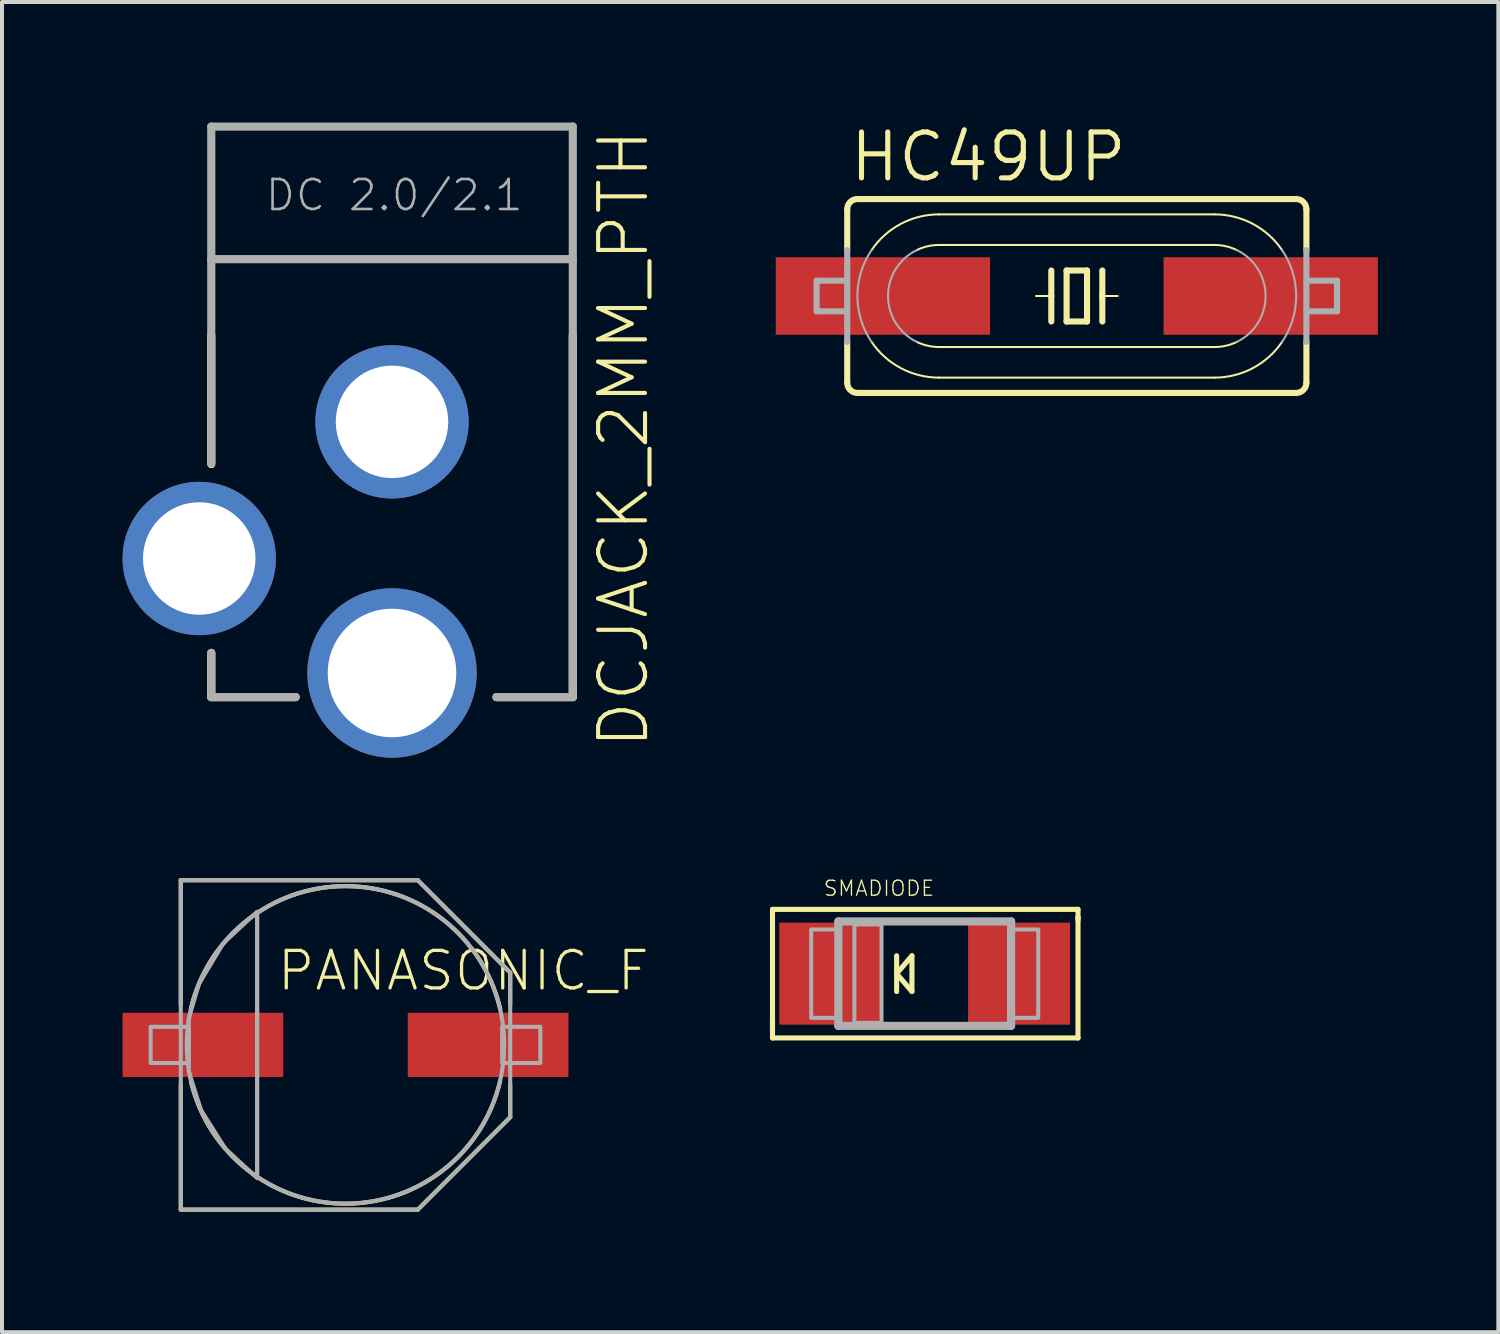
<source format=kicad_pcb>
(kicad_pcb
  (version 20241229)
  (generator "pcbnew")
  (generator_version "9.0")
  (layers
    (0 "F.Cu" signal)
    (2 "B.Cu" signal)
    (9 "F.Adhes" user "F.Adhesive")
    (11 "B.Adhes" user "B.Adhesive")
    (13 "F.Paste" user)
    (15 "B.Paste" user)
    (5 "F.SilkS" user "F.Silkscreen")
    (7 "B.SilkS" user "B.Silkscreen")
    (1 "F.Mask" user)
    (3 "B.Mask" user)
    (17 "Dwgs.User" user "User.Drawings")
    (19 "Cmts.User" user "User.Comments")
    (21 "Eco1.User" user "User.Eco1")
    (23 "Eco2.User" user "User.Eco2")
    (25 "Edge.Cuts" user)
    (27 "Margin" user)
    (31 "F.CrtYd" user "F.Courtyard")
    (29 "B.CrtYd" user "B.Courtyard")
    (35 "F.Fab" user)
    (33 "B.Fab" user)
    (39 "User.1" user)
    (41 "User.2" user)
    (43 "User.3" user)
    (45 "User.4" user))
  (footprint "DCJACK_2MM_PTH"
    (layer "F.Cu")
    (at 2.2 14.262)
    (property "Reference" "DCJACK_2MM_PTH" (at 9.588 -14.161 90) (unlocked yes) (layer "F.SilkS") (effects (font (size 1.168 1.168) (thickness 0.102)) (justify right top)))
    (fp_line (start 0.009 -8.956) (end 0.009 -5.761) (stroke (width 0.203) (type solid)) (layer "F.SilkS"))
    (fp_line (start 0.009 0.04) (end 0.009 -1.06) (stroke (width 0.203) (type solid)) (layer "F.SilkS"))
    (fp_line (start 0.009 0.04) (end 2.108 0.04) (stroke (width 0.203) (type solid)) (layer "F.SilkS"))
    (fp_line (start 9.008 -8.956) (end 9.008 0.04) (stroke (width 0.203) (type solid)) (layer "F.SilkS"))
    (fp_line (start 9.008 0.04) (end 7.109 0.04) (stroke (width 0.203) (type solid)) (layer "F.SilkS"))
    (fp_line (start 0.009 -14.161) (end 0.009 -10.861) (stroke (width 0.203) (type solid)) (layer "F.Fab"))
    (fp_line (start 0.009 -14.161) (end 9.008 -14.161) (stroke (width 0.203) (type solid)) (layer "F.Fab"))
    (fp_line (start 0.009 -10.861) (end 0.009 -5.78) (stroke (width 0.203) (type solid)) (layer "F.Fab"))
    (fp_line (start 0.009 0.04) (end 0.009 -1.06) (stroke (width 0.203) (type solid)) (layer "F.Fab"))
    (fp_line (start 0.009 0.04) (end 2.108 0.04) (stroke (width 0.203) (type solid)) (layer "F.Fab"))
    (fp_line (start 9.008 -10.861) (end 0.009 -10.861) (stroke (width 0.203) (type solid)) (layer "F.Fab"))
    (fp_line (start 9.008 -10.861) (end 9.008 -14.161) (stroke (width 0.203) (type solid)) (layer "F.Fab"))
    (fp_line (start 9.008 -0.066) (end 9.008 -10.861) (stroke (width 0.203) (type solid)) (layer "F.Fab"))
    (fp_line (start 9.008 0.04) (end 7.109 0.04) (stroke (width 0.203) (type solid)) (layer "F.Fab"))
    (fp_text user "DC 2.0/2.1" (at 7.811 -12.89 0) (layer "F.Fab") (effects (font (size 0.748 0.748) (thickness 0.065)) (justify right top)))
    (pad "GND" thru_hole circle (at 4.508 -6.811 180) (size 3.816 3.816) (drill 2.8) (layers "*.Cu" "*.Mask"))
    (pad "GNDBREAK" thru_hole circle (at -0.291 -3.41 270) (size 3.816 3.816) (drill 2.8) (layers "*.Cu" "*.Mask"))
    (pad "PWR" thru_hole circle (at 4.508 -0.56 180) (size 4.216 4.216) (drill 3.2) (layers "*.Cu" "*.Mask")))
  (footprint "SMADIODE"
    (layer "F.Cu")
    (at 19.968 21.186)
    (property "Reference" "SMADIODE" (at -2.54 -1.905 0) (unlocked yes) (layer "F.SilkS") (effects (font (size 0.374 0.374) (thickness 0.033)) (justify left bottom)))
    (fp_line (start -3.789 -1.6) (end 3.816 -1.6) (stroke (width 0.127) (type solid)) (layer "F.SilkS"))
    (fp_line (start -3.789 1.146) (end -3.789 -1.6) (stroke (width 0.127) (type solid)) (layer "F.SilkS"))
    (fp_line (start -3.789 1.394) (end -3.789 1.146) (stroke (width 0.127) (type solid)) (layer "F.SilkS"))
    (fp_line (start -3.789 1.6) (end -3.789 1.146) (stroke (width 0.127) (type solid)) (layer "F.SilkS"))
    (fp_line (start -0.699 0) (end -0.318 0.445) (stroke (width 0.127) (type solid)) (layer "F.SilkS"))
    (fp_line (start -0.699 0.445) (end -0.699 -0.445) (stroke (width 0.127) (type solid)) (layer "F.SilkS"))
    (fp_line (start -0.318 -0.445) (end -0.699 0) (stroke (width 0.127) (type solid)) (layer "F.SilkS"))
    (fp_line (start -0.318 0.445) (end -0.318 -0.445) (stroke (width 0.127) (type solid)) (layer "F.SilkS"))
    (fp_line (start 3.816 -1.6) (end 3.816 -1.394) (stroke (width 0.127) (type solid)) (layer "F.SilkS"))
    (fp_line (start 3.816 -1.394) (end 3.816 -1.337) (stroke (width 0.127) (type solid)) (layer "F.SilkS"))
    (fp_line (start 3.816 -1.394) (end 3.816 1.6) (stroke (width 0.127) (type solid)) (layer "F.SilkS"))
    (fp_line (start 3.816 1.6) (end -3.789 1.6) (stroke (width 0.127) (type solid)) (layer "F.SilkS"))
    (fp_line (start -2.15 -1.3) (end 2.15 -1.3) (stroke (width 0.203) (type solid)) (layer "F.Fab"))
    (fp_line (start -2.15 1.3) (end -2.15 -1.3) (stroke (width 0.203) (type solid)) (layer "F.Fab"))
    (fp_line (start 2.15 -1.3) (end 2.15 1.3) (stroke (width 0.203) (type solid)) (layer "F.Fab"))
    (fp_line (start 2.15 1.3) (end -2.15 1.3) (stroke (width 0.203) (type solid)) (layer "F.Fab"))
    (fp_poly (pts (xy -2.825 1.1) (xy -2.175 1.1) (xy -2.175 -1.1) (xy -2.825 -1.1)) (stroke (width 0.1) (type default)) (fill no) (layer "F.Fab"))
    (fp_poly (pts (xy -1.75 1.225) (xy -1.075 1.225) (xy -1.075 -1.225) (xy -1.75 -1.225)) (stroke (width 0.1) (type default)) (fill no) (layer "F.Fab"))
    (fp_poly (pts (xy 2.825 -1.1) (xy 2.175 -1.1) (xy 2.175 1.1) (xy 2.825 1.1)) (stroke (width 0.1) (type default)) (fill no) (layer "F.Fab"))
    (pad "A" smd rect (at 2.349 0 180) (size 2.54 2.54) (layers "F.Cu" "F.Mask" "F.Paste"))
    (pad "C" smd rect (at -2.349 0) (size 2.54 2.54) (layers "F.Cu" "F.Mask" "F.Paste")))
  (footprint "PANASONIC_F"
    (layer "F.Cu")
    (at 5.55 22.96)
    (property "Reference" "PANASONIC_F" (at -1.75 -1.3 0) (unlocked yes) (layer "F.SilkS") (effects (font (size 0.935 0.935) (thickness 0.081)) (justify left bottom)))
    (fp_line (start -4.1 -4.1) (end 1.8 -4.1) (stroke (width 0.102) (type solid)) (layer "F.SilkS"))
    (fp_line (start -4.1 -1) (end -4.1 -4.1) (stroke (width 0.102) (type solid)) (layer "F.SilkS"))
    (fp_line (start -4.1 4.1) (end -4.1 1) (stroke (width 0.102) (type solid)) (layer "F.SilkS"))
    (fp_line (start 1.8 -4.1) (end 4.1 -1.8) (stroke (width 0.102) (type solid)) (layer "F.SilkS"))
    (fp_line (start 1.8 4.1) (end -4.1 4.1) (stroke (width 0.102) (type solid)) (layer "F.SilkS"))
    (fp_line (start 4.1 -1.8) (end 4.1 -1) (stroke (width 0.102) (type solid)) (layer "F.SilkS"))
    (fp_line (start 4.1 1) (end 4.1 1.8) (stroke (width 0.102) (type solid)) (layer "F.SilkS"))
    (fp_line (start 4.1 1.8) (end 1.8 4.1) (stroke (width 0.102) (type solid)) (layer "F.SilkS"))
    (fp_arc (start -3.85 -0.9) (mid 0 -3.953796) (end 3.85 -0.9) (stroke (width 0.1016) (type solid)) (layer "F.SilkS"))
    (fp_arc (start 3.85 0.9) (mid 0 3.953796) (end -3.85 0.9) (stroke (width 0.1016) (type solid)) (layer "F.SilkS"))
    (fp_line (start -4.1 -4.1) (end 1.8 -4.1) (stroke (width 0.102) (type solid)) (layer "F.Fab"))
    (fp_line (start -4.1 4.1) (end -4.1 -4.1) (stroke (width 0.102) (type solid)) (layer "F.Fab"))
    (fp_line (start -2.2 -3.25) (end -2.2 3.25) (stroke (width 0.102) (type solid)) (layer "F.Fab"))
    (fp_line (start 1.8 -4.1) (end 4.1 -1.8) (stroke (width 0.102) (type solid)) (layer "F.Fab"))
    (fp_line (start 1.8 4.1) (end -4.1 4.1) (stroke (width 0.102) (type solid)) (layer "F.Fab"))
    (fp_line (start 4.1 -1.8) (end 4.1 1.8) (stroke (width 0.102) (type solid)) (layer "F.Fab"))
    (fp_line (start 4.1 1.8) (end 1.8 4.1) (stroke (width 0.102) (type solid)) (layer "F.Fab"))
    (fp_circle (center 0 0) (end 3.95 0) (stroke (width 0.102) (type solid)) (fill no) (layer "F.Fab"))
    (fp_circle (center 0 0) (end 4 0) (stroke (width 0.001) (type solid)) (fill no) (layer "F.Fab"))
    (fp_poly (pts (xy -4.85 0.45) (xy -3.9 0.45) (xy -3.9 -0.45) (xy -4.85 -0.45)) (stroke (width 0.1) (type default)) (fill no) (layer "F.Fab"))
    (fp_poly (pts (xy 3.9 0.45) (xy 4.85 0.45) (xy 4.85 -0.45) (xy 3.9 -0.45)) (stroke (width 0.1) (type default)) (fill no) (layer "F.Fab"))
    (fp_poly (pts (xy -2.199 3.316) (xy -2.989 2.583) (xy -3.596 1.622) (xy -3.901 0.658) (xy -3.901 -0.657) (xy -3.647 -1.521) (xy -3.04 -2.532) (xy -2.199 -3.317)) (stroke (width 0.1) (type default)) (fill no) (layer "F.Fab"))
    (pad "+" smd rect (at 3.55 0) (size 4 1.6) (layers "F.Cu" "F.Mask" "F.Paste"))
    (pad "-" smd rect (at -3.55 0) (size 4 1.6) (layers "F.Cu" "F.Mask" "F.Paste")))
  (footprint "HC49UP"
    (layer "F.Cu")
    (at 23.754 4.318)
    (property "Reference" "HC49UP" (at -5.715 -2.794 0) (unlocked yes) (layer "F.SilkS") (effects (font (size 1.143 1.143) (thickness 0.127)) (justify left bottom)))
    (fp_line (start -5.715 -1.143) (end -5.715 -2.159) (stroke (width 0.152) (type solid)) (layer "F.SilkS"))
    (fp_line (start -5.715 2.159) (end -5.715 1.143) (stroke (width 0.152) (type solid)) (layer "F.SilkS"))
    (fp_line (start -3.429 -2.032) (end 3.429 -2.032) (stroke (width 0.051) (type solid)) (layer "F.SilkS"))
    (fp_line (start -3.429 -1.27) (end 3.429 -1.27) (stroke (width 0.051) (type solid)) (layer "F.SilkS"))
    (fp_line (start -0.635 -0.635) (end -0.635 0) (stroke (width 0.152) (type solid)) (layer "F.SilkS"))
    (fp_line (start -0.635 0) (end -1.016 0) (stroke (width 0.051) (type solid)) (layer "F.SilkS"))
    (fp_line (start -0.635 0) (end -0.635 0.635) (stroke (width 0.152) (type solid)) (layer "F.SilkS"))
    (fp_line (start -0.254 -0.635) (end -0.254 0.635) (stroke (width 0.152) (type solid)) (layer "F.SilkS"))
    (fp_line (start -0.254 0.635) (end 0.254 0.635) (stroke (width 0.152) (type solid)) (layer "F.SilkS"))
    (fp_line (start 0.254 -0.635) (end -0.254 -0.635) (stroke (width 0.152) (type solid)) (layer "F.SilkS"))
    (fp_line (start 0.254 0.635) (end 0.254 -0.635) (stroke (width 0.152) (type solid)) (layer "F.SilkS"))
    (fp_line (start 0.635 -0.635) (end 0.635 0) (stroke (width 0.152) (type solid)) (layer "F.SilkS"))
    (fp_line (start 0.635 0) (end 0.635 0.635) (stroke (width 0.152) (type solid)) (layer "F.SilkS"))
    (fp_line (start 0.635 0) (end 1.016 0) (stroke (width 0.051) (type solid)) (layer "F.SilkS"))
    (fp_line (start 3.429 1.27) (end -3.429 1.27) (stroke (width 0.051) (type solid)) (layer "F.SilkS"))
    (fp_line (start 3.429 2.032) (end -3.429 2.032) (stroke (width 0.051) (type solid)) (layer "F.SilkS"))
    (fp_line (start 5.461 -2.413) (end -5.461 -2.413) (stroke (width 0.152) (type solid)) (layer "F.SilkS"))
    (fp_line (start 5.461 2.413) (end -5.461 2.413) (stroke (width 0.152) (type solid)) (layer "F.SilkS"))
    (fp_line (start 5.715 -1.143) (end 5.715 -2.159) (stroke (width 0.152) (type solid)) (layer "F.SilkS"))
    (fp_line (start 5.715 2.159) (end 5.715 1.143) (stroke (width 0.152) (type solid)) (layer "F.SilkS"))
    (fp_arc (start -5.715 -2.159) (mid -5.640605 -2.338605) (end -5.461 -2.413) (stroke (width 0.1524) (type solid)) (layer "F.SilkS"))
    (fp_arc (start -5.461 2.413) (mid -5.640605 2.338605) (end -5.715 2.159) (stroke (width 0.1524) (type solid)) (layer "F.SilkS"))
    (fp_arc (start -5.1091 -1.143) (mid -4.379417 -1.796107) (end -3.429 -2.032101) (stroke (width 0.0508) (type solid)) (layer "F.SilkS"))
    (fp_arc (start -3.9826 -1.143) (mid -3.712991 -1.237845) (end -3.429 -1.27) (stroke (width 0.0508) (type solid)) (layer "F.SilkS"))
    (fp_arc (start -3.429 1.27) (mid -3.712991 1.237845) (end -3.9826 1.143) (stroke (width 0.0508) (type solid)) (layer "F.SilkS"))
    (fp_arc (start -3.429 2.032001) (mid -4.379408 1.796063) (end -5.1091 1.143) (stroke (width 0.0508) (type solid)) (layer "F.SilkS"))
    (fp_arc (start 3.429 -2.032) (mid 4.379408 -1.796062) (end 5.1091 -1.142999) (stroke (width 0.0508) (type solid)) (layer "F.SilkS"))
    (fp_arc (start 3.429 -1.27) (mid 3.712991 -1.237845) (end 3.9826 -1.143) (stroke (width 0.0508) (type solid)) (layer "F.SilkS"))
    (fp_arc (start 3.9826 1.143) (mid 3.712991 1.237845) (end 3.429 1.27) (stroke (width 0.0508) (type solid)) (layer "F.SilkS"))
    (fp_arc (start 5.109 1.142899) (mid 4.379368 1.795994) (end 3.429 2.032) (stroke (width 0.0508) (type solid)) (layer "F.SilkS"))
    (fp_arc (start 5.461 -2.413) (mid 5.640605 -2.338605) (end 5.715 -2.159) (stroke (width 0.1524) (type solid)) (layer "F.SilkS"))
    (fp_arc (start 5.715 2.159) (mid 5.640605 2.338605) (end 5.461 2.413) (stroke (width 0.1524) (type solid)) (layer "F.SilkS"))
    (fp_line (start -6.477 0.381) (end -6.477 -0.381) (stroke (width 0.152) (type solid)) (layer "F.Fab"))
    (fp_line (start -5.715 -0.381) (end -6.477 -0.381) (stroke (width 0.152) (type solid)) (layer "F.Fab"))
    (fp_line (start -5.715 -0.381) (end -5.715 -1.143) (stroke (width 0.152) (type solid)) (layer "F.Fab"))
    (fp_line (start -5.715 0.381) (end -6.477 0.381) (stroke (width 0.152) (type solid)) (layer "F.Fab"))
    (fp_line (start -5.715 0.381) (end -5.715 -0.381) (stroke (width 0.152) (type solid)) (layer "F.Fab"))
    (fp_line (start -5.715 1.143) (end -5.715 0.381) (stroke (width 0.152) (type solid)) (layer "F.Fab"))
    (fp_line (start 5.715 -0.381) (end 6.477 -0.381) (stroke (width 0.152) (type solid)) (layer "F.Fab"))
    (fp_line (start 5.715 0.381) (end 6.477 0.381) (stroke (width 0.152) (type solid)) (layer "F.Fab"))
    (fp_line (start 5.715 1.143) (end 5.715 -1.143) (stroke (width 0.152) (type solid)) (layer "F.Fab"))
    (fp_line (start 6.477 0.381) (end 6.477 -0.381) (stroke (width 0.152) (type solid)) (layer "F.Fab"))
    (fp_arc (start -5.1091 1.143) (mid -5.46104 0) (end -5.1091 -1.143) (stroke (width 0.0508) (type solid)) (layer "F.Fab"))
    (fp_arc (start -3.9826 1.143) (mid -4.699009 0) (end -3.9826 -1.143) (stroke (width 0.0508) (type solid)) (layer "F.Fab"))
    (fp_arc (start 3.9826 -1.143) (mid 4.699009 0) (end 3.9826 1.143) (stroke (width 0.0508) (type solid)) (layer "F.Fab"))
    (fp_arc (start 5.1091 -1.143) (mid 5.46104 0) (end 5.1091 1.143) (stroke (width 0.0508) (type solid)) (layer "F.Fab"))
    (pad "1" smd rect (at -4.826 0) (size 5.334 1.93) (layers "F.Cu" "F.Mask" "F.Paste"))
    (pad "2" smd rect (at 4.826 0) (size 5.334 1.93) (layers "F.Cu" "F.Mask" "F.Paste"))
    (zone (net_name "") (layers "F.Cu" "B.Cu") (hatch edge 0.5) (connect_pads) (min_thickness 0.25) (filled_areas_thickness no) (keepout (tracks allowed) (vias not_allowed) (pads allowed) (copperpour allowed) (footprints allowed)) (placement (enabled no)) (fill) (polygon (pts (xy 17.15 7.366) (xy 30.358 7.366) (xy 30.358 1.27) (xy 17.15 1.27)))))
  (gr_rect
    (start -3 -3)
    (end 34.247 30.111)
    (stroke (width 0.1) (type default))
    (fill no)
    (layer "Edge.Cuts")))
</source>
